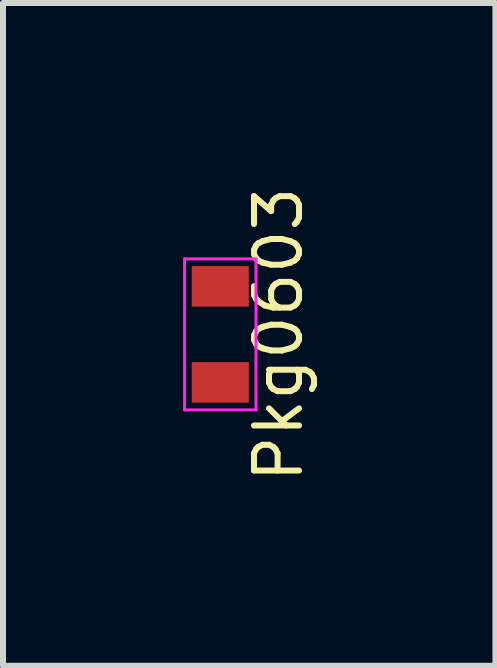
<source format=kicad_pcb>
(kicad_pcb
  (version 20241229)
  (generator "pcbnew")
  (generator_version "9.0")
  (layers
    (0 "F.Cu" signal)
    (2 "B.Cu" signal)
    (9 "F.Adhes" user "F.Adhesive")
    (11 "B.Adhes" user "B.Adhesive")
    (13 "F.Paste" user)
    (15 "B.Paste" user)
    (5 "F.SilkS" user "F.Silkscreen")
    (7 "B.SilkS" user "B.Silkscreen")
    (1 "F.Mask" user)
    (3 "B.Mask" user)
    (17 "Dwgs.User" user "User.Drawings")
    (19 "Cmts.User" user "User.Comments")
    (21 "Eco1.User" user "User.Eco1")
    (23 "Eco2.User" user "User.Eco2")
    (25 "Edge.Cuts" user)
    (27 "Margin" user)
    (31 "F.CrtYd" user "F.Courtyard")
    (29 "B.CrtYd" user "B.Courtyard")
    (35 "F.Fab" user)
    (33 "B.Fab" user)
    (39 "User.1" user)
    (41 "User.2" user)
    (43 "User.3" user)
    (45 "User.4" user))
  (footprint "Pkg0603"
    (layer "F.Cu")
    (at 0.62 2.521)
    (property "Reference" "Pkg0603" (at 0.97 0 90) (layer "F.SilkS") (effects (font (size 0.75 0.75) (thickness 0.1))))
    (fp_line (start -0.595 -1.258) (end -0.595 1.258) (stroke (width 0.05) (type solid)) (layer "F.CrtYd"))
    (fp_line (start -0.595 1.258) (end 0.595 1.258) (stroke (width 0.05) (type solid)) (layer "F.CrtYd"))
    (fp_line (start 0.595 -1.258) (end -0.595 -1.258) (stroke (width 0.05) (type solid)) (layer "F.CrtYd"))
    (fp_line (start 0.595 1.258) (end 0.595 -1.258) (stroke (width 0.05) (type solid)) (layer "F.CrtYd"))
    (pad "1" smd rect (at 0 -0.8) (size 0.95 0.675) (layers "F.Cu" "F.Mask" "F.Paste"))
    (pad "2" smd rect (at 0 0.8) (size 0.95 0.675) (layers "F.Cu" "F.Mask" "F.Paste")))
  (gr_rect
    (start -3 -3)
    (end 5.204 8.043)
    (stroke (width 0.1) (type default))
    (fill no)
    (layer "Edge.Cuts")))
</source>
